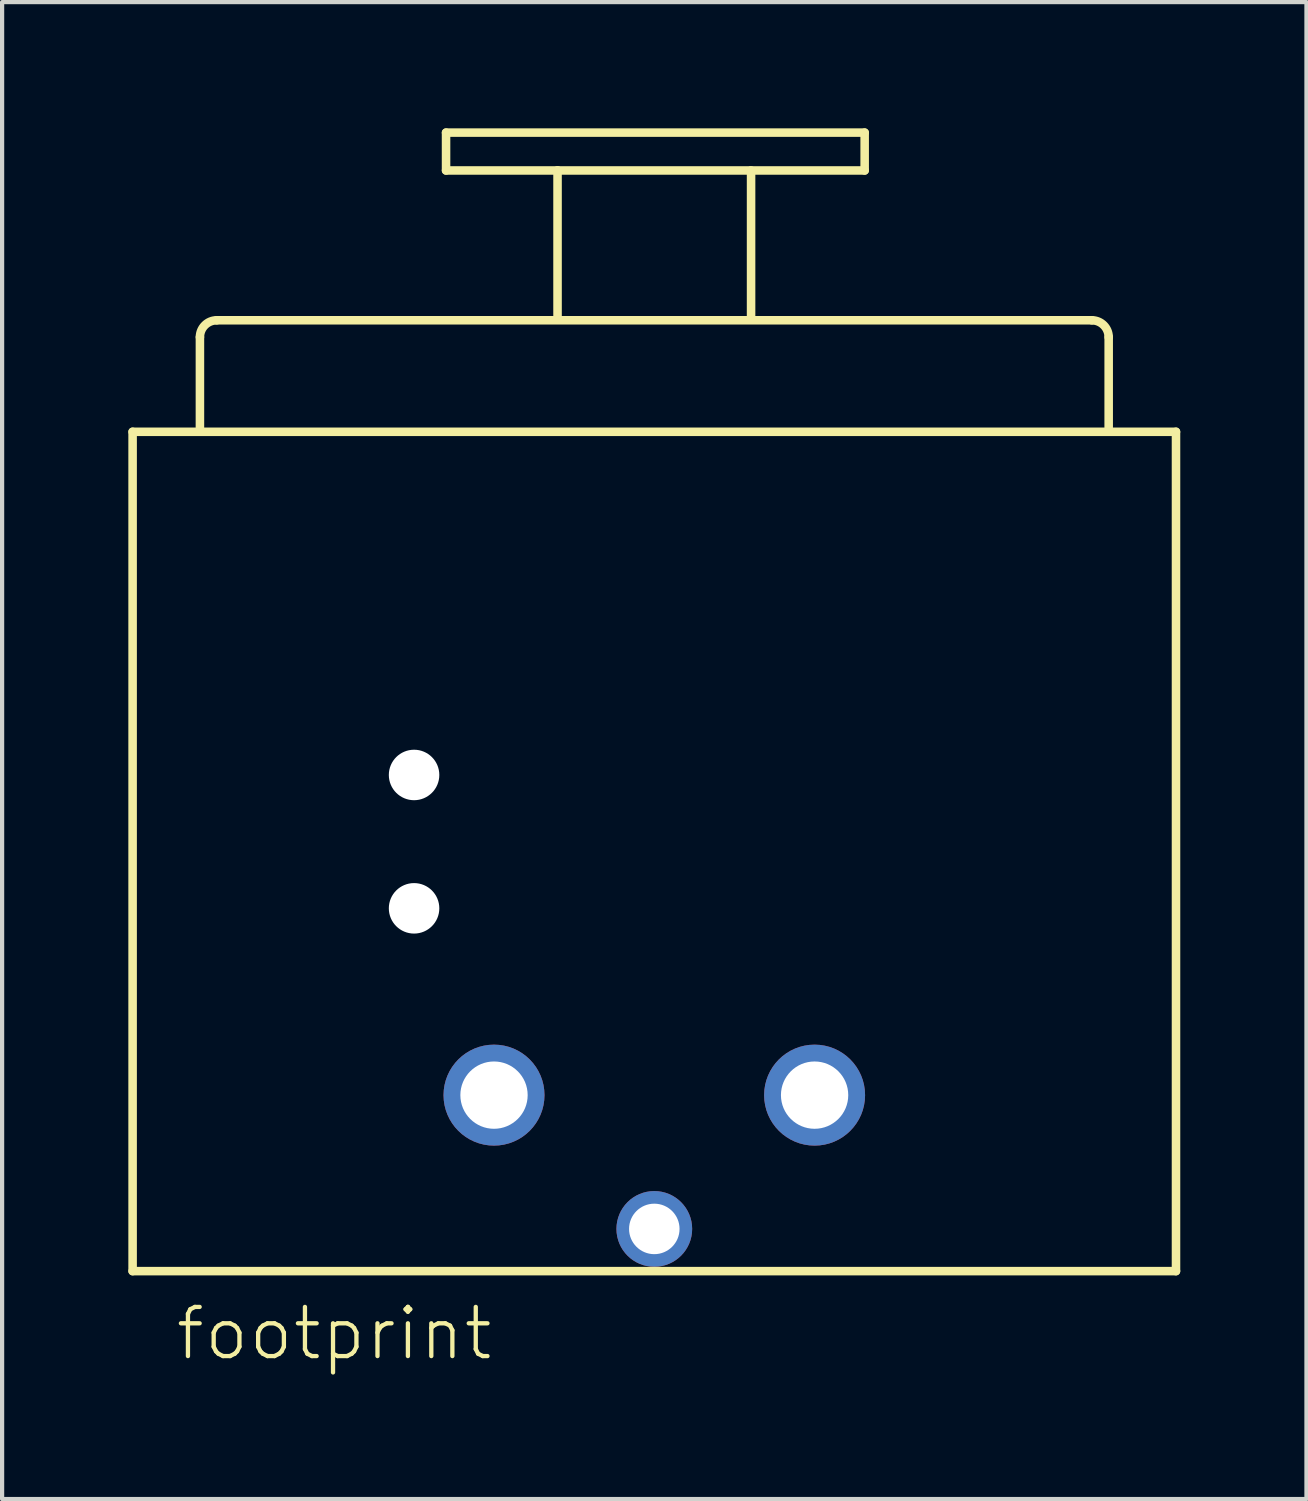
<source format=kicad_pcb>
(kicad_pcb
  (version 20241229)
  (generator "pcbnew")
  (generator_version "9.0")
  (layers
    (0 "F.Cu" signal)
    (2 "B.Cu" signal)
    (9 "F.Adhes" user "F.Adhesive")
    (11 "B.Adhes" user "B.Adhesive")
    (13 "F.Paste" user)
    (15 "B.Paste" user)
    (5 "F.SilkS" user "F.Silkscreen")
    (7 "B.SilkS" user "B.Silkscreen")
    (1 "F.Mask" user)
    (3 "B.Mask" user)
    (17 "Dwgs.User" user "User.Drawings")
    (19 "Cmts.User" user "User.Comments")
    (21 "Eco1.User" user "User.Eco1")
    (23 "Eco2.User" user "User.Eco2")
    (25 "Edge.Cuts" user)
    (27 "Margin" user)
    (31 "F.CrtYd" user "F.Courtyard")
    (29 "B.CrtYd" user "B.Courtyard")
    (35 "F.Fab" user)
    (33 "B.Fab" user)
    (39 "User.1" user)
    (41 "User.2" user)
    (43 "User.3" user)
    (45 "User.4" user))
  (footprint "footprint"
    (layer "F.Cu")
    (at 12.502 26.16)
    (property "Reference" "footprint" (at -11.43 3.17 0) (layer "F.SilkS") (effects (font (size 1.168 1.168) (thickness 0.102)) (justify left bottom)))
    (fp_line (start -12.4 -18.947) (end 12.4 -18.947) (stroke (width 0.203) (type solid)) (layer "F.SilkS"))
    (fp_line (start -12.4 1.003) (end -12.4 -18.947) (stroke (width 0.203) (type solid)) (layer "F.SilkS"))
    (fp_line (start -10.8 -19.047) (end -10.8 -21.197) (stroke (width 0.203) (type solid)) (layer "F.SilkS"))
    (fp_line (start -10.4 -21.597) (end 10.4 -21.597) (stroke (width 0.203) (type solid)) (layer "F.SilkS"))
    (fp_line (start -4.95 -26.058) (end 5 -26.058) (stroke (width 0.203) (type solid)) (layer "F.SilkS"))
    (fp_line (start -4.95 -25.158) (end -4.95 -26.058) (stroke (width 0.203) (type solid)) (layer "F.SilkS"))
    (fp_line (start -2.3 -25.158) (end -4.95 -25.158) (stroke (width 0.203) (type solid)) (layer "F.SilkS"))
    (fp_line (start -2.3 -25.158) (end 2.25 -25.158) (stroke (width 0.203) (type solid)) (layer "F.SilkS"))
    (fp_line (start -2.3 -21.708) (end -2.3 -25.158) (stroke (width 0.203) (type solid)) (layer "F.SilkS"))
    (fp_line (start 2.3 -25.158) (end 2.3 -21.708) (stroke (width 0.203) (type solid)) (layer "F.SilkS"))
    (fp_line (start 5 -26.058) (end 5 -25.158) (stroke (width 0.203) (type solid)) (layer "F.SilkS"))
    (fp_line (start 5 -25.158) (end 2.3 -25.158) (stroke (width 0.203) (type solid)) (layer "F.SilkS"))
    (fp_line (start 10.8 -21.197) (end 10.8 -19.047) (stroke (width 0.203) (type solid)) (layer "F.SilkS"))
    (fp_line (start 12.4 -18.947) (end 12.4 1.003) (stroke (width 0.203) (type solid)) (layer "F.SilkS"))
    (fp_line (start 12.4 1.003) (end -12.4 1.003) (stroke (width 0.203) (type solid)) (layer "F.SilkS"))
    (fp_arc (start -10.8 -21.1969) (mid -10.682843 -21.479743) (end -10.4 -21.5969) (stroke (width 0.2032) (type solid)) (layer "F.SilkS"))
    (fp_arc (start 10.4 -21.5969) (mid 10.682843 -21.479743) (end 10.8 -21.1969) (stroke (width 0.2032) (type solid)) (layer "F.SilkS"))
    (pad "" np_thru_hole circle (at -5.71 -10.79) (size 1.2 1.2) (drill 1.2) (layers "*.Cu" "*.Mask"))
    (pad "" np_thru_hole circle (at -5.71 -7.62) (size 1.2 1.2) (drill 1.2) (layers "*.Cu" "*.Mask"))
    (pad "1+G" thru_hole circle (at 3.81 -3.18) (size 2.4 2.4) (drill 1.6) (layers "*.Cu" "*.Mask"))
    (pad "2" thru_hole circle (at 0 0) (size 1.8 1.8) (drill 1.2) (layers "*.Cu" "*.Mask"))
    (pad "3" thru_hole circle (at -3.81 -3.18) (size 2.4 2.4) (drill 1.6) (layers "*.Cu" "*.Mask")))
  (gr_rect
    (start -3 -3)
    (end 28.003 32.58)
    (stroke (width 0.1) (type default))
    (fill no)
    (layer "Edge.Cuts")))
</source>
